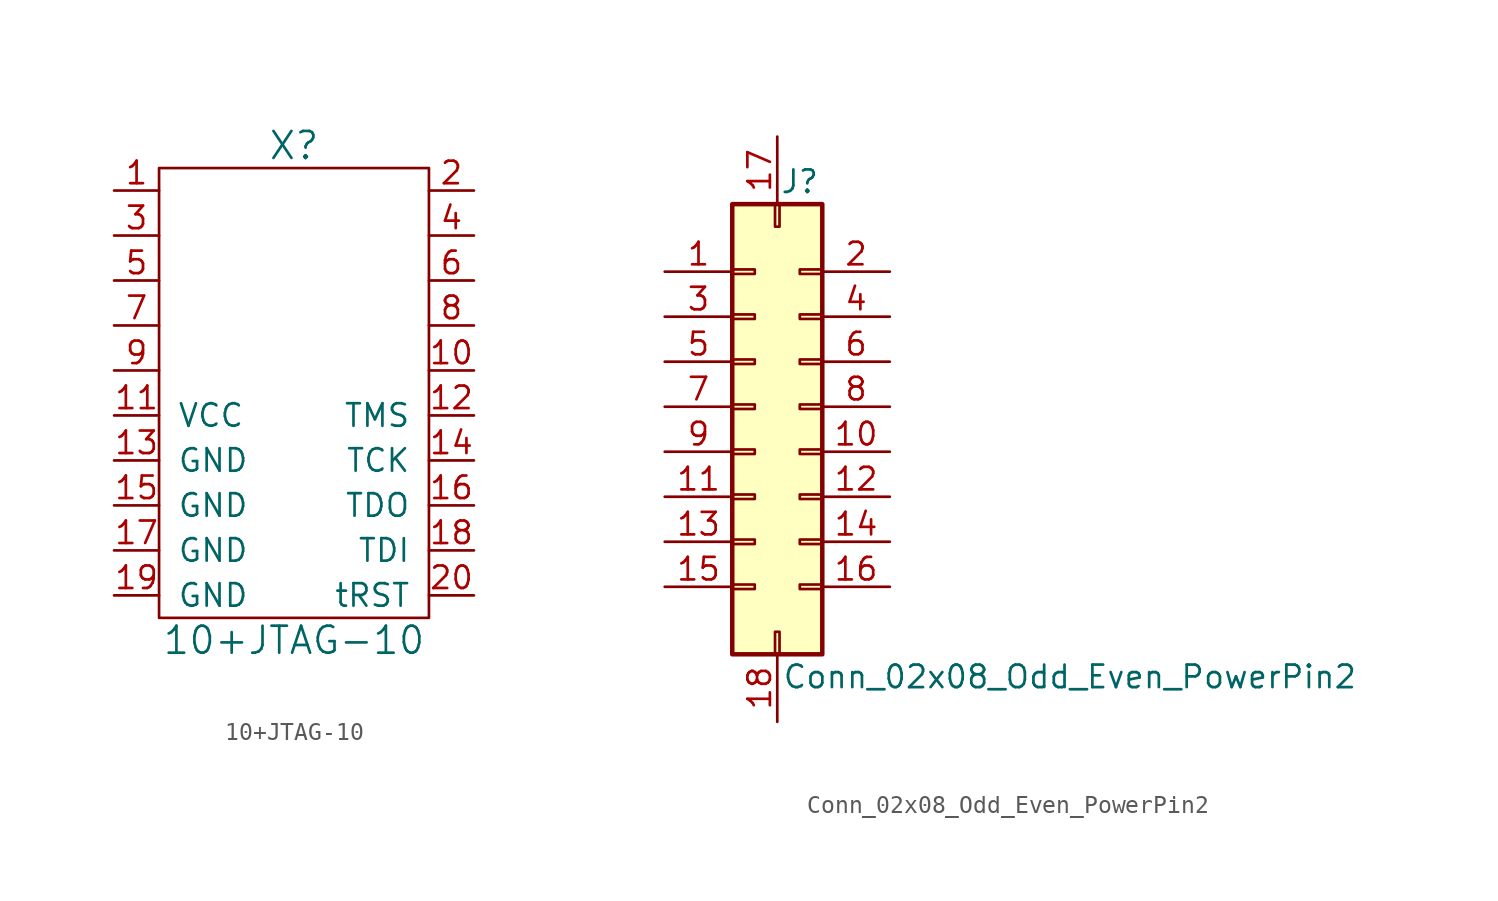
<source format=kicad_sym>
(kicad_symbol_lib
  (version 20201005)
  (generator kicad_symbol_editor)
  (symbol "pkl_conn:10+JTAG-10"
    (pin_names
      (offset 1.016))
    (property "Reference" "X"
      (at 0 12.7 0)
      (effects (font (size 1.524 1.524))))
    (property "Value" "10+JTAG-10"
      (at 0 -15.24 0)
      (effects (font (size 1.524 1.524))))
    (property "Footprint" ""
      (at 0 5.08 0)
      (effects (font (size 1.524 1.524))))
    (property "Datasheet" ""
      (at 0 5.08 0)
      (effects (font (size 1.524 1.524))))
    (symbol "10+JTAG-10_0_1"
      (rectangle (start -7.62 11.43) (end 7.62 -13.97) (stroke (width 0)) (fill (type none))))
    (symbol "10+JTAG-10_1_1"
      (pin power_in line (at -10.16 10.16 0) (length 2.54) (name "~" (effects (font (size 1.27 1.27)))) (number "1" (effects (font (size 1.27 1.27)))))
      (pin output line (at 10.16 0 180) (length 2.54) (name "~" (effects (font (size 1.27 1.27)))) (number "10" (effects (font (size 1.27 1.27)))))
      (pin passive line (at -10.16 -2.54 0) (length 2.54) (name "VCC" (effects (font (size 1.27 1.27)))) (number "11" (effects (font (size 1.27 1.27)))))
      (pin passive line (at 10.16 -2.54 180) (length 2.54) (name "TMS" (effects (font (size 1.27 1.27)))) (number "12" (effects (font (size 1.27 1.27)))))
      (pin passive line (at -10.16 -5.08 0) (length 2.54) (name "GND" (effects (font (size 1.27 1.27)))) (number "13" (effects (font (size 1.27 1.27)))))
      (pin passive line (at 10.16 -5.08 180) (length 2.54) (name "TCK" (effects (font (size 1.27 1.27)))) (number "14" (effects (font (size 1.27 1.27)))))
      (pin passive line (at -10.16 -7.62 0) (length 2.54) (name "GND" (effects (font (size 1.27 1.27)))) (number "15" (effects (font (size 1.27 1.27)))))
      (pin passive line (at 10.16 -7.62 180) (length 2.54) (name "TDO" (effects (font (size 1.27 1.27)))) (number "16" (effects (font (size 1.27 1.27)))))
      (pin passive line (at -10.16 -10.16 0) (length 2.54) (name "GND" (effects (font (size 1.27 1.27)))) (number "17" (effects (font (size 1.27 1.27)))))
      (pin passive line (at 10.16 -10.16 180) (length 2.54) (name "TDI" (effects (font (size 1.27 1.27)))) (number "18" (effects (font (size 1.27 1.27)))))
      (pin passive line (at -10.16 -12.7 0) (length 2.54) (name "GND" (effects (font (size 1.27 1.27)))) (number "19" (effects (font (size 1.27 1.27)))))
      (pin output line (at 10.16 10.16 180) (length 2.54) (name "~" (effects (font (size 1.27 1.27)))) (number "2" (effects (font (size 1.27 1.27)))))
      (pin passive line (at 10.16 -12.7 180) (length 2.54) (name "tRST" (effects (font (size 1.27 1.27)))) (number "20" (effects (font (size 1.27 1.27)))))
      (pin power_in line (at -10.16 7.62 0) (length 2.54) (name "~" (effects (font (size 1.27 1.27)))) (number "3" (effects (font (size 1.27 1.27)))))
      (pin output line (at 10.16 7.62 180) (length 2.54) (name "~" (effects (font (size 1.27 1.27)))) (number "4" (effects (font (size 1.27 1.27)))))
      (pin power_in line (at -10.16 5.08 0) (length 2.54) (name "~" (effects (font (size 1.27 1.27)))) (number "5" (effects (font (size 1.27 1.27)))))
      (pin input line (at 10.16 5.08 180) (length 2.54) (name "~" (effects (font (size 1.27 1.27)))) (number "6" (effects (font (size 1.27 1.27)))))
      (pin power_in line (at -10.16 2.54 0) (length 2.54) (name "~" (effects (font (size 1.27 1.27)))) (number "7" (effects (font (size 1.27 1.27)))))
      (pin output line (at 10.16 2.54 180) (length 2.54) (name "~" (effects (font (size 1.27 1.27)))) (number "8" (effects (font (size 1.27 1.27)))))
      (pin power_in line (at -10.16 0 0) (length 2.54) (name "~" (effects (font (size 1.27 1.27)))) (number "9" (effects (font (size 1.27 1.27)))))))
  (symbol "pkl_conn:Conn_02x08_Odd_Even_PowerPin2"
    (pin_names
      (offset 1.016) hide)
    (property "Reference" "J"
      (at 2.54 12.7 0)
      (effects (font (size 1.27 1.27))))
    (property "Value" "Conn_02x08_Odd_Even_PowerPin2"
      (at 17.78 -15.24 0)
      (effects (font (size 1.27 1.27))))
    (symbol "Conn_02x08_Odd_Even_PowerPin2_1_1"
      (rectangle (start -1.27 -10.033) (end 0 -10.287) (stroke (width 0.152)) (fill (type none)))
      (rectangle (start -1.27 -7.493) (end 0 -7.747) (stroke (width 0.152)) (fill (type none)))
      (rectangle (start -1.27 -4.953) (end 0 -5.207) (stroke (width 0.152)) (fill (type none)))
      (rectangle (start -1.27 -2.413) (end 0 -2.667) (stroke (width 0.152)) (fill (type none)))
      (rectangle (start -1.27 0.127) (end 0 -0.127) (stroke (width 0.152)) (fill (type none)))
      (rectangle (start -1.27 2.667) (end 0 2.413) (stroke (width 0.152)) (fill (type none)))
      (rectangle (start -1.27 5.207) (end 0 4.953) (stroke (width 0.152)) (fill (type none)))
      (rectangle (start -1.27 7.747) (end 0 7.493) (stroke (width 0.152)) (fill (type none)))
      (rectangle (start 1.143 -13.97) (end 1.397 -12.7) (stroke (width 0.152)) (fill (type none)))
      (rectangle (start 1.143 10.16) (end 1.397 11.43) (stroke (width 0.152)) (fill (type none)))
      (rectangle (start 3.81 -10.033) (end 2.54 -10.287) (stroke (width 0.152)) (fill (type none)))
      (rectangle (start 3.81 -7.493) (end 2.54 -7.747) (stroke (width 0.152)) (fill (type none)))
      (rectangle (start 3.81 -4.953) (end 2.54 -5.207) (stroke (width 0.152)) (fill (type none)))
      (rectangle (start 3.81 -2.413) (end 2.54 -2.667) (stroke (width 0.152)) (fill (type none)))
      (rectangle (start 3.81 0.127) (end 2.54 -0.127) (stroke (width 0.152)) (fill (type none)))
      (rectangle (start 3.81 2.667) (end 2.54 2.413) (stroke (width 0.152)) (fill (type none)))
      (rectangle (start 3.81 5.207) (end 2.54 4.953) (stroke (width 0.152)) (fill (type none)))
      (rectangle (start 3.81 7.747) (end 2.54 7.493) (stroke (width 0.152)) (fill (type none)))
      (rectangle (start -1.27 11.43) (end 3.81 -13.97) (stroke (width 0.254)) (fill (type background)))
      (pin passive line (at -5.08 7.62 0) (length 3.81) (name "Pin_1" (effects (font (size 1.27 1.27)))) (number "1" (effects (font (size 1.27 1.27)))))
      (pin passive line (at 7.62 -2.54 180) (length 3.81) (name "Pin_10" (effects (font (size 1.27 1.27)))) (number "10" (effects (font (size 1.27 1.27)))))
      (pin passive line (at -5.08 -5.08 0) (length 3.81) (name "Pin_11" (effects (font (size 1.27 1.27)))) (number "11" (effects (font (size 1.27 1.27)))))
      (pin passive line (at 7.62 -5.08 180) (length 3.81) (name "Pin_12" (effects (font (size 1.27 1.27)))) (number "12" (effects (font (size 1.27 1.27)))))
      (pin passive line (at -5.08 -7.62 0) (length 3.81) (name "Pin_13" (effects (font (size 1.27 1.27)))) (number "13" (effects (font (size 1.27 1.27)))))
      (pin passive line (at 7.62 -7.62 180) (length 3.81) (name "Pin_14" (effects (font (size 1.27 1.27)))) (number "14" (effects (font (size 1.27 1.27)))))
      (pin passive line (at -5.08 -10.16 0) (length 3.81) (name "Pin_15" (effects (font (size 1.27 1.27)))) (number "15" (effects (font (size 1.27 1.27)))))
      (pin passive line (at 7.62 -10.16 180) (length 3.81) (name "Pin_16" (effects (font (size 1.27 1.27)))) (number "16" (effects (font (size 1.27 1.27)))))
      (pin passive line (at 1.27 15.24 270) (length 3.81) (name "Pin_17" (effects (font (size 1.27 1.27)))) (number "17" (effects (font (size 1.27 1.27)))))
      (pin passive line (at 1.27 -17.78 90) (length 3.81) (name "Pin_18" (effects (font (size 1.27 1.27)))) (number "18" (effects (font (size 1.27 1.27)))))
      (pin passive line (at 7.62 7.62 180) (length 3.81) (name "Pin_2" (effects (font (size 1.27 1.27)))) (number "2" (effects (font (size 1.27 1.27)))))
      (pin passive line (at -5.08 5.08 0) (length 3.81) (name "Pin_3" (effects (font (size 1.27 1.27)))) (number "3" (effects (font (size 1.27 1.27)))))
      (pin passive line (at 7.62 5.08 180) (length 3.81) (name "Pin_4" (effects (font (size 1.27 1.27)))) (number "4" (effects (font (size 1.27 1.27)))))
      (pin passive line (at -5.08 2.54 0) (length 3.81) (name "Pin_5" (effects (font (size 1.27 1.27)))) (number "5" (effects (font (size 1.27 1.27)))))
      (pin passive line (at 7.62 2.54 180) (length 3.81) (name "Pin_6" (effects (font (size 1.27 1.27)))) (number "6" (effects (font (size 1.27 1.27)))))
      (pin passive line (at -5.08 0 0) (length 3.81) (name "Pin_7" (effects (font (size 1.27 1.27)))) (number "7" (effects (font (size 1.27 1.27)))))
      (pin passive line (at 7.62 0 180) (length 3.81) (name "Pin_8" (effects (font (size 1.27 1.27)))) (number "8" (effects (font (size 1.27 1.27)))))
      (pin passive line (at -5.08 -2.54 0) (length 3.81) (name "Pin_9" (effects (font (size 1.27 1.27)))) (number "9" (effects (font (size 1.27 1.27))))))))
</source>
